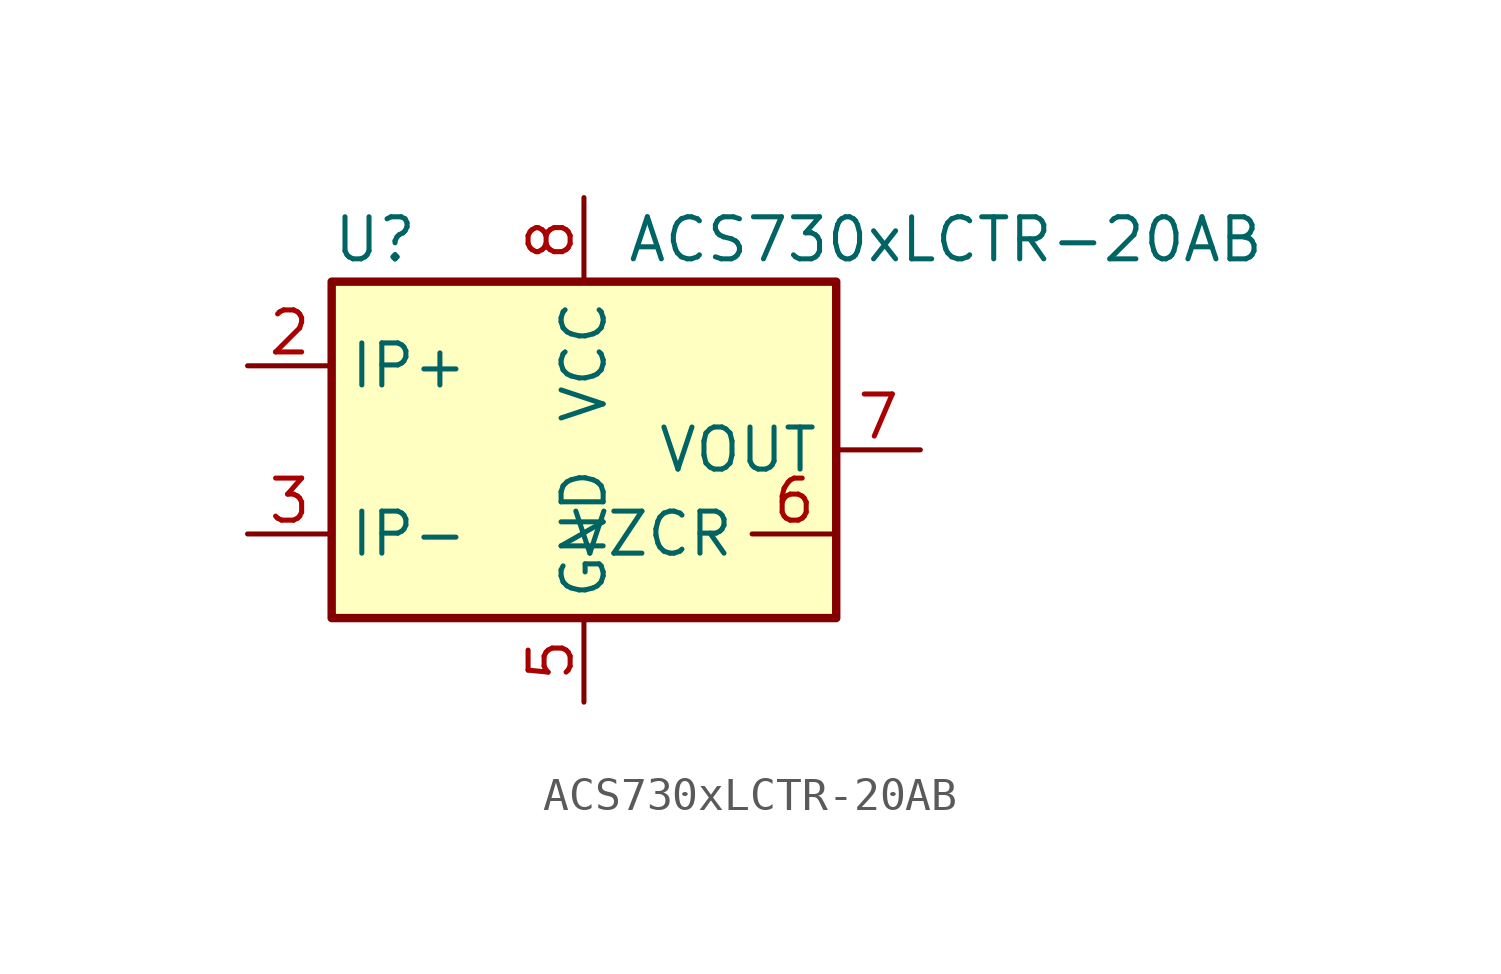
<source format=kicad_sym>
(kicad_symbol_lib
  (version 20211014)
  (generator kicad_symbol_editor)
  (symbol "ACS730xLCTR-20AB"
    (property "Reference" "U"
      (at -7.62 6.35 0)
      (effects (font (size 1.27 1.27)) (justify left)))
    (property "Value" "ACS730xLCTR-20AB"
      (at 1.27 6.35 0)
      (effects (font (size 1.27 1.27)) (justify left)))
    (symbol "ACS730xLCTR-20AB_0_1"
      (rectangle (start -7.62 5.08) (end 7.62 -5.08) (stroke (width 0.254) (type default) (color 0 0 0 0)) (fill (type background))))
    (symbol "ACS730xLCTR-20AB_1_1"
      (pin passive line (at -10.16 2.54 0) (length 2.54) hide (name "IP+" (effects (font (size 1.27 1.27)))) (number "1" (effects (font (size 1.27 1.27)))))
      (pin passive line (at -10.16 2.54 0) (length 2.54) (name "IP+" (effects (font (size 1.27 1.27)))) (number "2" (effects (font (size 1.27 1.27)))))
      (pin passive line (at -10.16 -2.54 0) (length 2.54) (name "IP-" (effects (font (size 1.27 1.27)))) (number "3" (effects (font (size 1.27 1.27)))))
      (pin passive line (at -10.16 -2.54 0) (length 2.54) hide (name "IP-" (effects (font (size 1.27 1.27)))) (number "4" (effects (font (size 1.27 1.27)))))
      (pin power_in line (at 0 -7.62 90) (length 2.54) (name "GND" (effects (font (size 1.27 1.27)))) (number "5" (effects (font (size 1.27 1.27)))))
      (pin passive line (at 7.62 -2.54 180) (length 2.54) (name "VZCR" (effects (font (size 1.27 1.27)))) (number "6" (effects (font (size 1.27 1.27)))))
      (pin output line (at 10.16 0 180) (length 2.54) (name "VOUT" (effects (font (size 1.27 1.27)))) (number "7" (effects (font (size 1.27 1.27)))))
      (pin power_in line (at 0 7.62 270) (length 2.54) (name "VCC" (effects (font (size 1.27 1.27)))) (number "8" (effects (font (size 1.27 1.27))))))))
</source>
